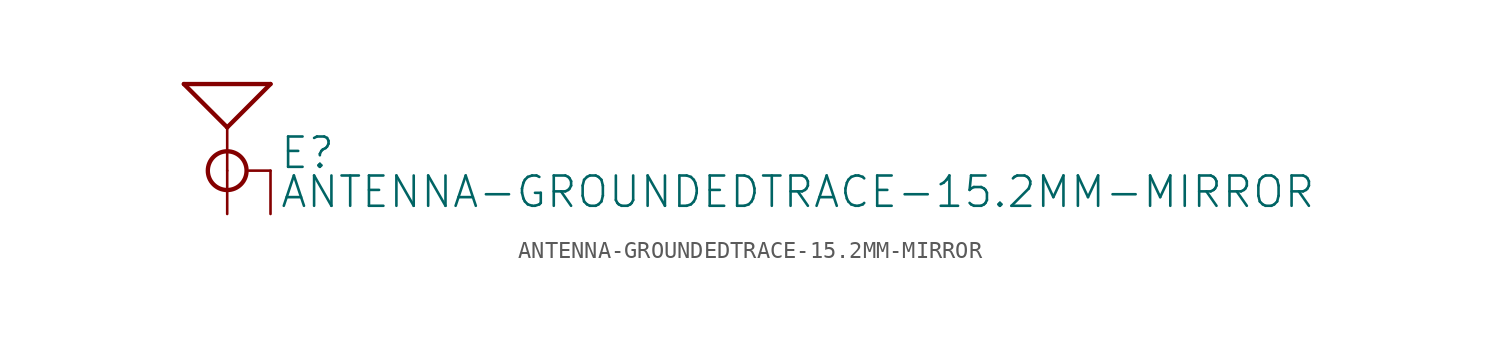
<source format=kicad_sym>
(kicad_symbol_lib
  (version 20211014)
  (generator kicad_symbol_editor)
  (symbol "ANTENNA-GROUNDEDTRACE-15.2MM-MIRROR"
    (property "Reference" "E"
      (at 3.048 0 0)
      (effects (font (size 1.778 1.778)) (justify left bottom)))
    (property "Value" "ANTENNA-GROUNDEDTRACE-15.2MM-MIRROR"
      (at 3.048 -2.286 0)
      (effects (font (size 1.778 1.778)) (justify left bottom)))
    (property "ki_locked" ""
      (at 0 0 0)
      (effects (font (size 1.27 1.27))))
    (symbol "ANTENNA-GROUNDEDTRACE-15.2MM-MIRROR_1_0"
      (polyline (pts (xy -2.54 5.08) (xy 2.54 5.08)) (stroke (width 0.254) (type default) (color 0 0 0 0)) (fill (type none)))
      (polyline (pts (xy 0 2.54) (xy -2.54 5.08)) (stroke (width 0.254) (type default) (color 0 0 0 0)) (fill (type none)))
      (polyline (pts (xy 0 2.54) (xy 0 0)) (stroke (width 0.152) (type default) (color 0 0 0 0)) (fill (type none)))
      (polyline (pts (xy 0 2.54) (xy 2.54 5.08)) (stroke (width 0.254) (type default) (color 0 0 0 0)) (fill (type none)))
      (polyline (pts (xy 1.27 0) (xy 2.54 0)) (stroke (width 0.152) (type default) (color 0 0 0 0)) (fill (type none)))
      (circle (center 0 0) (radius 1.136) (stroke (width 0.254) (type default) (color 0 0 0 0)) (fill (type none)))
      (pin bidirectional line (at 0 -2.54 90) (length 2.54) (name "SIGNAL" (effects (font (size 0 0)))) (number "ANT" (effects (font (size 0 0)))))
      (pin bidirectional line (at 2.54 -2.54 90) (length 2.54) (name "GND" (effects (font (size 0 0)))) (number "GND" (effects (font (size 0 0))))))))
</source>
